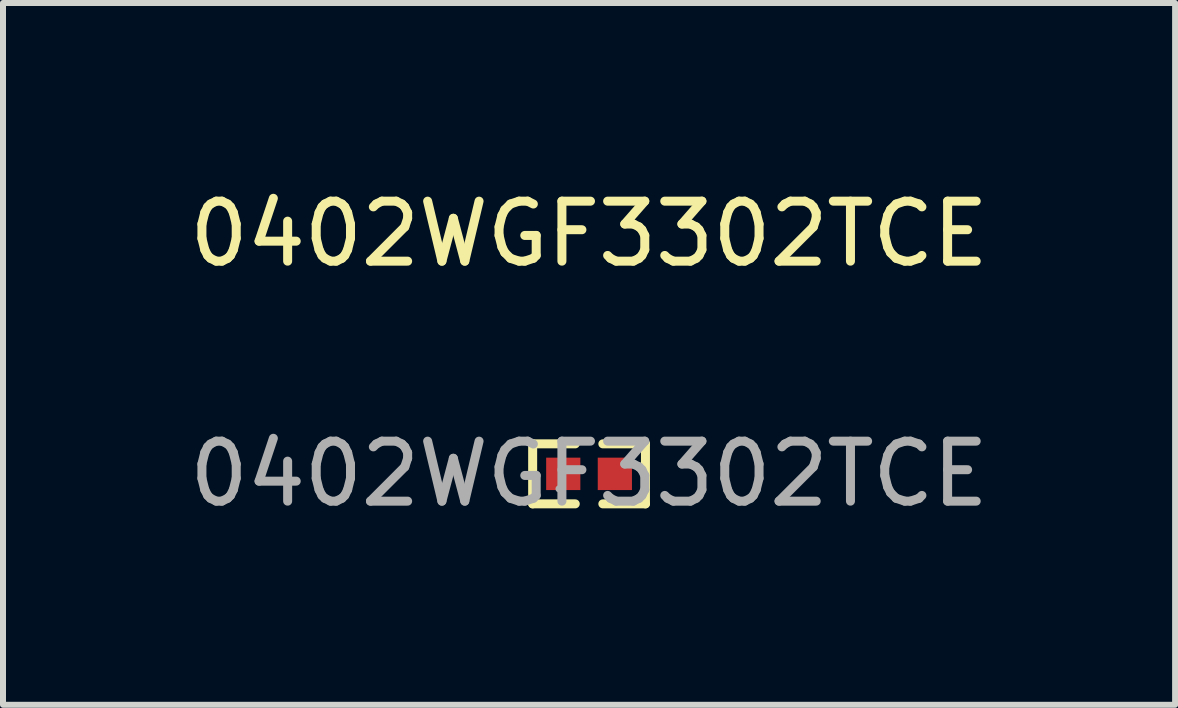
<source format=kicad_pcb>
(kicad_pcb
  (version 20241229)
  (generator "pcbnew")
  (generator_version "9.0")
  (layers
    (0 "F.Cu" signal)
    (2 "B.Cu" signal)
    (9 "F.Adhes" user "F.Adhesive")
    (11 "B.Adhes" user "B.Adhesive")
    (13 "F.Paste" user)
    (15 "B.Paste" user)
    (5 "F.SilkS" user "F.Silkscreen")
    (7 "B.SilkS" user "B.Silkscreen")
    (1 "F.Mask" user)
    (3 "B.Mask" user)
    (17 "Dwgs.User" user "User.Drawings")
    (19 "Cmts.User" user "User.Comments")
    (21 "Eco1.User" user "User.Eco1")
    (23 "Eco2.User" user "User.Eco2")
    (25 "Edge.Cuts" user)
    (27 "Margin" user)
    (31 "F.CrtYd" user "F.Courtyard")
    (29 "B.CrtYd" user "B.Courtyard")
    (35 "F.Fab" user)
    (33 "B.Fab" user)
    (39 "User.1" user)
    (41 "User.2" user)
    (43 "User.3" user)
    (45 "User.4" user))
  (footprint "0402WGF3302TCE"
    (layer "F.Cu")
    (at 6.768 4.848)
    (property "Reference" "0402WGF3302TCE" (at 0 -4 0) (layer "F.SilkS") (effects (font (size 1 1) (thickness 0.15))))
    (attr smd)
    (fp_line (start -0.94 -0.5) (end -0.23 -0.5) (stroke (width 0.15) (type solid)) (layer "F.SilkS"))
    (fp_line (start -0.94 0.5) (end -0.94 -0.5) (stroke (width 0.15) (type solid)) (layer "F.SilkS"))
    (fp_line (start -0.23 0.5) (end -0.94 0.5) (stroke (width 0.15) (type solid)) (layer "F.SilkS"))
    (fp_line (start 0.23 0.5) (end 0.94 0.5) (stroke (width 0.15) (type solid)) (layer "F.SilkS"))
    (fp_line (start 0.94 -0.5) (end 0.23 -0.5) (stroke (width 0.15) (type solid)) (layer "F.SilkS"))
    (fp_line (start 0.94 0.5) (end 0.94 -0.5) (stroke (width 0.15) (type solid)) (layer "F.SilkS"))
    (fp_circle (center -0.5 0.25) (end -0.47 0.25) (stroke (width 0.06) (type solid)) (fill no) (layer "F.Fab"))
    (fp_text user "${REFERENCE}" (at 0 0 0) (layer "F.Fab") (effects (font (size 1 1) (thickness 0.15))))
    (pad "1" smd rect (at -0.43 0) (size 0.57 0.54) (layers "F.Cu" "F.Mask" "F.Paste"))
    (pad "2" smd rect (at 0.43 0) (size 0.57 0.54) (layers "F.Cu" "F.Mask" "F.Paste")))
  (gr_rect
    (start -3 -3)
    (end 16.536 8.697)
    (stroke (width 0.1) (type default))
    (fill no)
    (layer "Edge.Cuts")))
</source>
